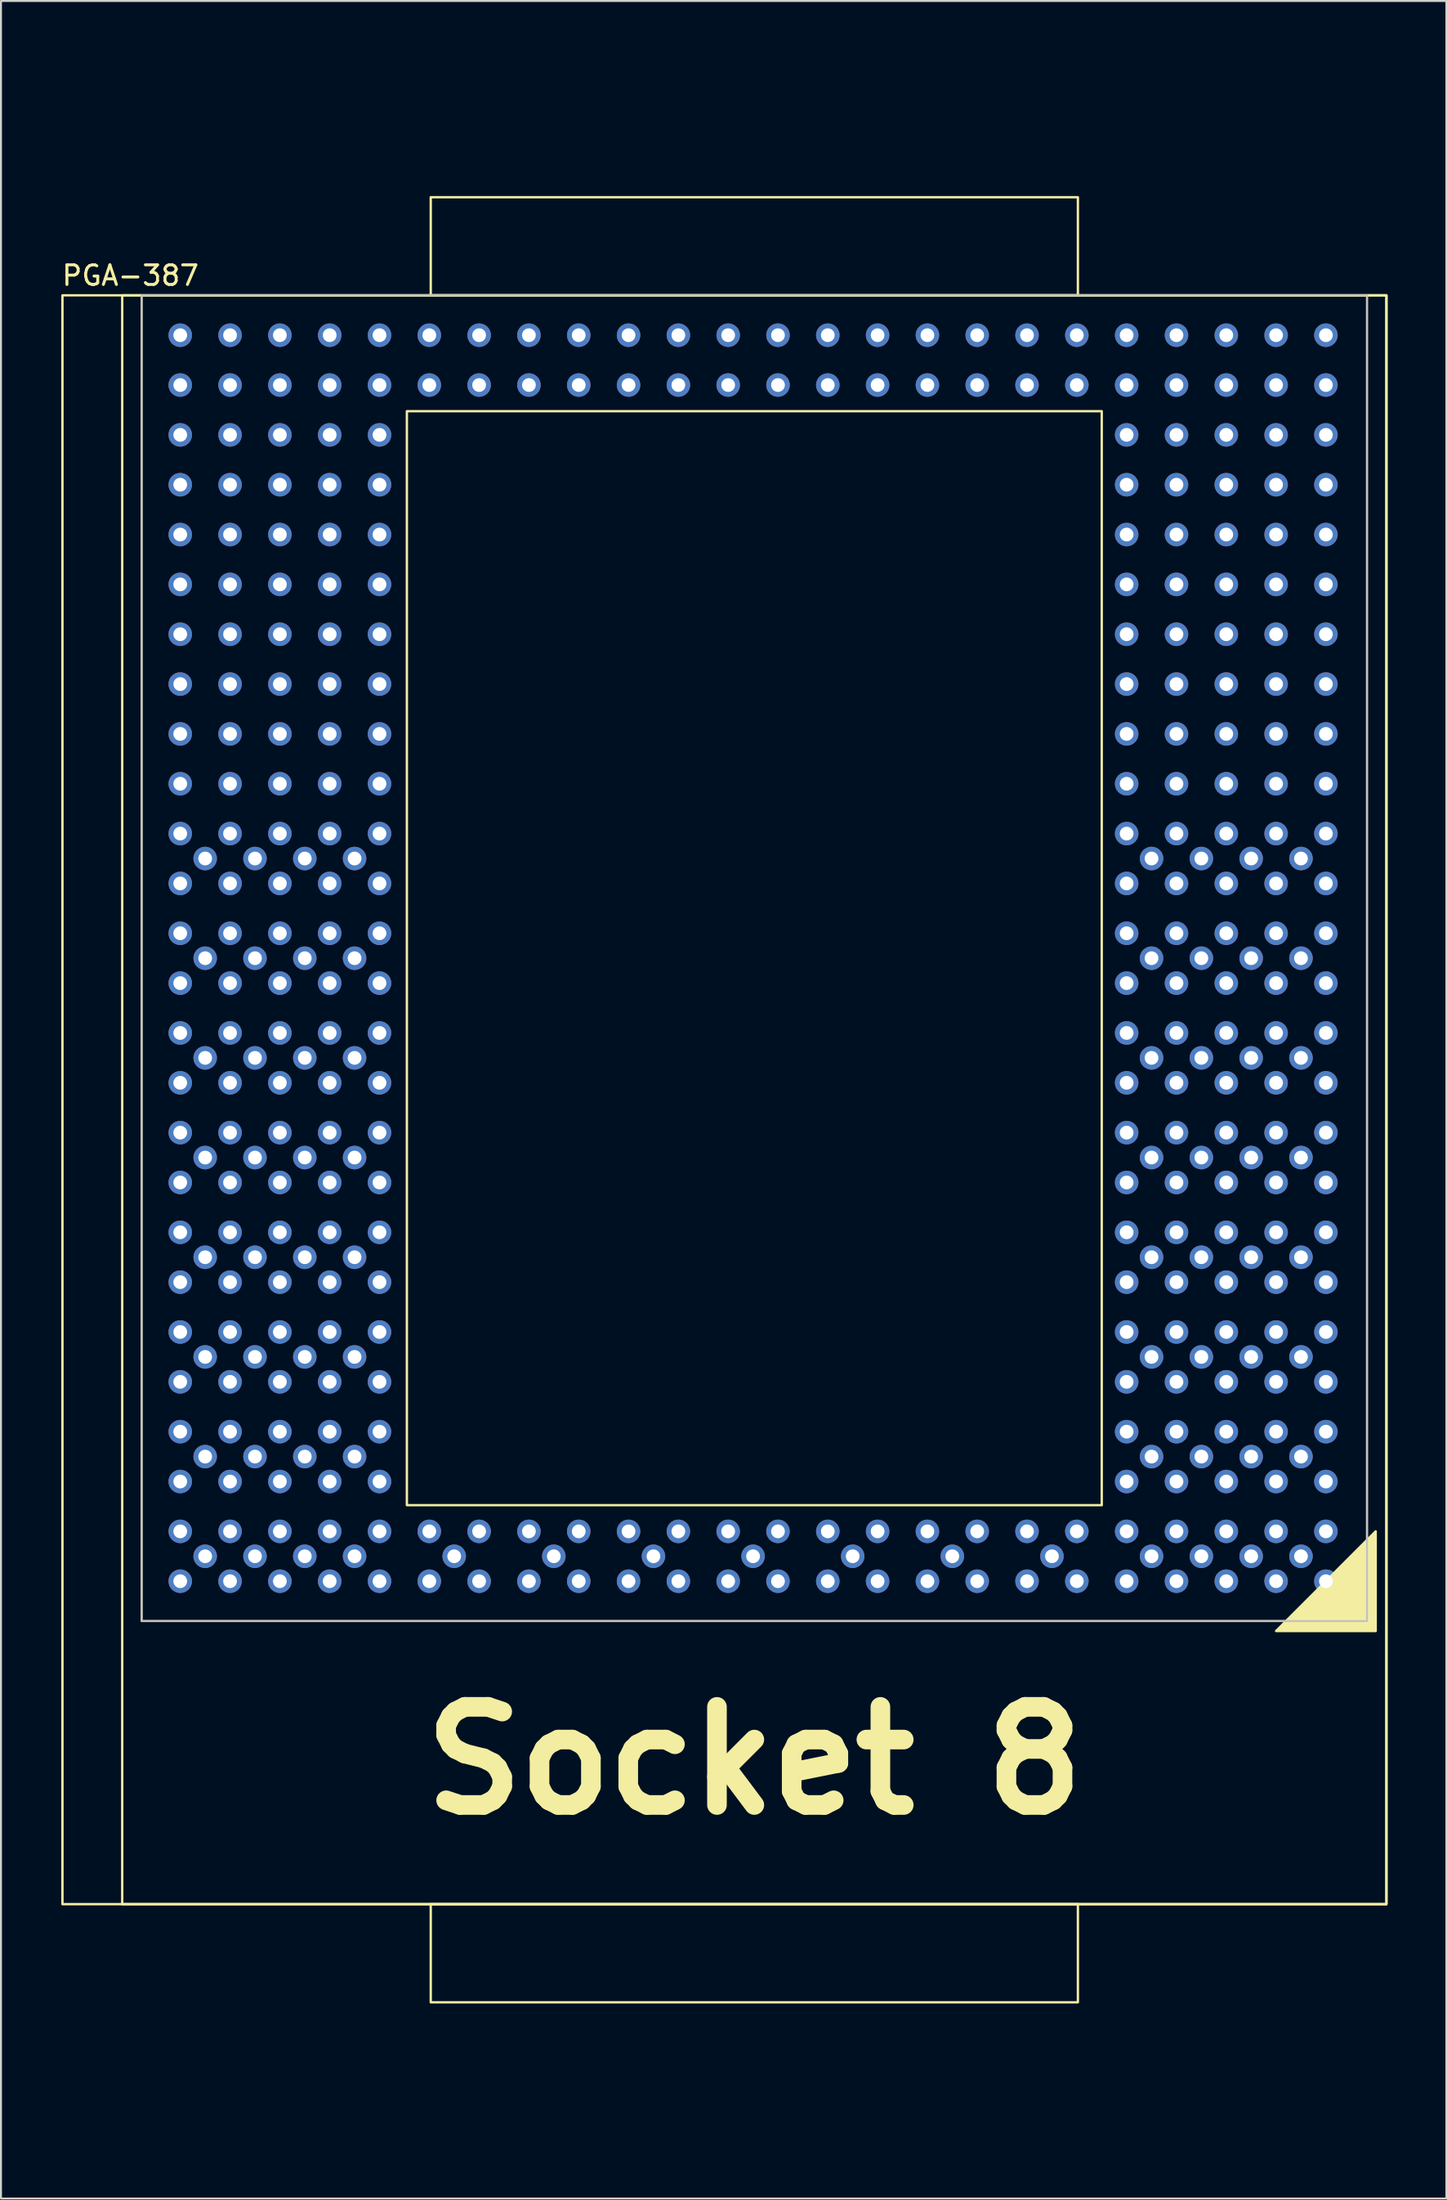
<source format=kicad_pcb>
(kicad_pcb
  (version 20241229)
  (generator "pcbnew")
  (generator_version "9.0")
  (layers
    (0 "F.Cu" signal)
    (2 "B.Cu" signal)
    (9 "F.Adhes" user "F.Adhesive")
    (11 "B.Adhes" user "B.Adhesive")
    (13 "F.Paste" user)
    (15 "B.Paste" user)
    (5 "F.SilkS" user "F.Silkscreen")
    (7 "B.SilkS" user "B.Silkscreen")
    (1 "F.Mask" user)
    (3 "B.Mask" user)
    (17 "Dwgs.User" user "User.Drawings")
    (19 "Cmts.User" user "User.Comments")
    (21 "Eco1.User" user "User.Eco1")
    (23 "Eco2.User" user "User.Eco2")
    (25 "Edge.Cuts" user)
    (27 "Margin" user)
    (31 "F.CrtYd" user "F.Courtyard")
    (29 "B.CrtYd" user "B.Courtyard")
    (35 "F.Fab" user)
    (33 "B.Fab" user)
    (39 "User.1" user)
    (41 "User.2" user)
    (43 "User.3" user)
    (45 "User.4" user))
  (footprint "PGA-387"
    (layer "F.Cu")
    (at 4.173 12)
    (property "Reference" "PGA-387" (at -0.572 -1.008 0) (unlocked yes) (layer "F.SilkS") (effects (font (size 1 1) (thickness 0.15))))
    (attr through_hole)
    (fp_rect (start -0.991 0) (end 63.475 81.991) (stroke (width 0.12) (type solid)) (fill no) (layer "F.SilkS"))
    (fp_rect (start 0 0) (end 62.484 67.564) (stroke (width 0.1) (type solid)) (fill no) (layer "F.SilkS"))
    (fp_rect (start 13.525 5.905) (end 48.959 61.658) (stroke (width 0.12) (type solid)) (fill no) (layer "F.SilkS"))
    (fp_rect (start 14.742 0) (end 47.742 -5) (stroke (width 0.12) (type solid)) (fill no) (layer "F.SilkS"))
    (fp_rect (start 14.742 86.992) (end 47.742 81.992) (stroke (width 0.12) (type solid)) (fill no) (layer "F.SilkS"))
    (fp_poly (pts (xy 62.928 68.072) (xy 57.849 68.072) (xy 62.928 62.992)) (stroke (width 0.12) (type solid)) (fill yes) (layer "F.SilkS"))
    (fp_poly (pts (xy -4.039 0) (xy 63.475 0) (xy 63.475 81.991) (xy -4.039 81.991)) (stroke (width 0.12) (type solid)) (fill no) (layer "F.SilkS"))
    (fp_rect (start 0 0) (end 62.484 67.564) (stroke (width 0.1) (type solid)) (fill no) (layer "Dwgs.User"))
    (fp_text user "Socket 8" (at 31.242 74.676 0) (unlocked yes) (layer "F.SilkS") (effects (font (size 5 5) (thickness 1))))
    (pad "A1" thru_hole circle (at 60.389 65.532) (size 1.2 1.2) (drill 0.7) (layers "*.Cu" "*.Mask"))
    (pad "A3" thru_hole circle (at 57.849 65.532) (size 1.2 1.2) (drill 0.7) (layers "*.Cu" "*.Mask"))
    (pad "A5" thru_hole circle (at 55.309 65.532) (size 1.2 1.2) (drill 0.7) (layers "*.Cu" "*.Mask"))
    (pad "A7" thru_hole circle (at 52.769 65.532) (size 1.2 1.2) (drill 0.7) (layers "*.Cu" "*.Mask"))
    (pad "A9" thru_hole circle (at 50.228 65.532) (size 1.2 1.2) (drill 0.7) (layers "*.Cu" "*.Mask"))
    (pad "A11" thru_hole circle (at 47.688 65.532) (size 1.2 1.2) (drill 0.7) (layers "*.Cu" "*.Mask"))
    (pad "A13" thru_hole circle (at 45.148 65.532) (size 1.2 1.2) (drill 0.7) (layers "*.Cu" "*.Mask"))
    (pad "A15" thru_hole circle (at 42.608 65.532) (size 1.2 1.2) (drill 0.7) (layers "*.Cu" "*.Mask"))
    (pad "A17" thru_hole circle (at 40.069 65.532) (size 1.2 1.2) (drill 0.7) (layers "*.Cu" "*.Mask"))
    (pad "A19" thru_hole circle (at 37.529 65.532) (size 1.2 1.2) (drill 0.7) (layers "*.Cu" "*.Mask"))
    (pad "A21" thru_hole circle (at 34.989 65.532) (size 1.2 1.2) (drill 0.7) (layers "*.Cu" "*.Mask"))
    (pad "A23" thru_hole circle (at 32.449 65.532) (size 1.2 1.2) (drill 0.7) (layers "*.Cu" "*.Mask"))
    (pad "A25" thru_hole circle (at 29.909 65.532) (size 1.2 1.2) (drill 0.7) (layers "*.Cu" "*.Mask"))
    (pad "A27" thru_hole circle (at 27.369 65.532) (size 1.2 1.2) (drill 0.7) (layers "*.Cu" "*.Mask"))
    (pad "A29" thru_hole circle (at 24.828 65.532) (size 1.2 1.2) (drill 0.7) (layers "*.Cu" "*.Mask"))
    (pad "A31" thru_hole circle (at 22.288 65.532) (size 1.2 1.2) (drill 0.7) (layers "*.Cu" "*.Mask"))
    (pad "A33" thru_hole circle (at 19.748 65.532) (size 1.2 1.2) (drill 0.7) (layers "*.Cu" "*.Mask"))
    (pad "A35" thru_hole circle (at 17.209 65.532) (size 1.2 1.2) (drill 0.7) (layers "*.Cu" "*.Mask"))
    (pad "A37" thru_hole circle (at 14.668 65.532) (size 1.2 1.2) (drill 0.7) (layers "*.Cu" "*.Mask"))
    (pad "A39" thru_hole circle (at 12.129 65.532) (size 1.2 1.2) (drill 0.7) (layers "*.Cu" "*.Mask"))
    (pad "A41" thru_hole circle (at 9.588 65.532) (size 1.2 1.2) (drill 0.7) (layers "*.Cu" "*.Mask"))
    (pad "A43" thru_hole circle (at 7.048 65.532) (size 1.2 1.2) (drill 0.7) (layers "*.Cu" "*.Mask"))
    (pad "A45" thru_hole circle (at 4.508 65.532) (size 1.2 1.2) (drill 0.7) (layers "*.Cu" "*.Mask"))
    (pad "A47" thru_hole circle (at 1.968 65.532) (size 1.2 1.2) (drill 0.7) (layers "*.Cu" "*.Mask"))
    (pad "AA1" thru_hole circle (at 60.389 35.052) (size 1.2 1.2) (drill 0.7) (layers "*.Cu" "*.Mask"))
    (pad "AA3" thru_hole circle (at 57.849 35.052) (size 1.2 1.2) (drill 0.7) (layers "*.Cu" "*.Mask"))
    (pad "AA5" thru_hole circle (at 55.309 35.052) (size 1.2 1.2) (drill 0.7) (layers "*.Cu" "*.Mask"))
    (pad "AA7" thru_hole circle (at 52.769 35.052) (size 1.2 1.2) (drill 0.7) (layers "*.Cu" "*.Mask"))
    (pad "AA9" thru_hole circle (at 50.228 35.052) (size 1.2 1.2) (drill 0.7) (layers "*.Cu" "*.Mask"))
    (pad "AA39" thru_hole circle (at 12.129 35.052) (size 1.2 1.2) (drill 0.7) (layers "*.Cu" "*.Mask"))
    (pad "AA41" thru_hole circle (at 9.588 35.052) (size 1.2 1.2) (drill 0.7) (layers "*.Cu" "*.Mask"))
    (pad "AA43" thru_hole circle (at 7.048 35.052) (size 1.2 1.2) (drill 0.7) (layers "*.Cu" "*.Mask"))
    (pad "AA45" thru_hole circle (at 4.508 35.052) (size 1.2 1.2) (drill 0.7) (layers "*.Cu" "*.Mask"))
    (pad "AA47" thru_hole circle (at 1.968 35.052) (size 1.2 1.2) (drill 0.7) (layers "*.Cu" "*.Mask"))
    (pad "AB2" thru_hole circle (at 59.118 33.782) (size 1.2 1.2) (drill 0.7) (layers "*.Cu" "*.Mask"))
    (pad "AB4" thru_hole circle (at 56.578 33.782) (size 1.2 1.2) (drill 0.7) (layers "*.Cu" "*.Mask"))
    (pad "AB6" thru_hole circle (at 54.038 33.782) (size 1.2 1.2) (drill 0.7) (layers "*.Cu" "*.Mask"))
    (pad "AB8" thru_hole circle (at 51.498 33.782) (size 1.2 1.2) (drill 0.7) (layers "*.Cu" "*.Mask"))
    (pad "AB40" thru_hole circle (at 10.858 33.782) (size 1.2 1.2) (drill 0.7) (layers "*.Cu" "*.Mask"))
    (pad "AB42" thru_hole circle (at 8.319 33.782) (size 1.2 1.2) (drill 0.7) (layers "*.Cu" "*.Mask"))
    (pad "AB44" thru_hole circle (at 5.779 33.782) (size 1.2 1.2) (drill 0.7) (layers "*.Cu" "*.Mask"))
    (pad "AB46" thru_hole circle (at 3.239 33.782) (size 1.2 1.2) (drill 0.7) (layers "*.Cu" "*.Mask"))
    (pad "AC1" thru_hole circle (at 60.389 32.512) (size 1.2 1.2) (drill 0.7) (layers "*.Cu" "*.Mask"))
    (pad "AC3" thru_hole circle (at 57.849 32.512) (size 1.2 1.2) (drill 0.7) (layers "*.Cu" "*.Mask"))
    (pad "AC5" thru_hole circle (at 55.309 32.512) (size 1.2 1.2) (drill 0.7) (layers "*.Cu" "*.Mask"))
    (pad "AC7" thru_hole circle (at 52.769 32.512) (size 1.2 1.2) (drill 0.7) (layers "*.Cu" "*.Mask"))
    (pad "AC9" thru_hole circle (at 50.228 32.512) (size 1.2 1.2) (drill 0.7) (layers "*.Cu" "*.Mask"))
    (pad "AC39" thru_hole circle (at 12.129 32.512) (size 1.2 1.2) (drill 0.7) (layers "*.Cu" "*.Mask"))
    (pad "AC41" thru_hole circle (at 9.588 32.512) (size 1.2 1.2) (drill 0.7) (layers "*.Cu" "*.Mask"))
    (pad "AC43" thru_hole circle (at 7.048 32.512) (size 1.2 1.2) (drill 0.7) (layers "*.Cu" "*.Mask"))
    (pad "AC45" thru_hole circle (at 4.508 32.512) (size 1.2 1.2) (drill 0.7) (layers "*.Cu" "*.Mask"))
    (pad "AC47" thru_hole circle (at 1.968 32.512) (size 1.2 1.2) (drill 0.7) (layers "*.Cu" "*.Mask"))
    (pad "AE1" thru_hole circle (at 60.389 29.972) (size 1.2 1.2) (drill 0.7) (layers "*.Cu" "*.Mask"))
    (pad "AE3" thru_hole circle (at 57.849 29.972) (size 1.2 1.2) (drill 0.7) (layers "*.Cu" "*.Mask"))
    (pad "AE5" thru_hole circle (at 55.309 29.972) (size 1.2 1.2) (drill 0.7) (layers "*.Cu" "*.Mask"))
    (pad "AE7" thru_hole circle (at 52.769 29.972) (size 1.2 1.2) (drill 0.7) (layers "*.Cu" "*.Mask"))
    (pad "AE9" thru_hole circle (at 50.228 29.972) (size 1.2 1.2) (drill 0.7) (layers "*.Cu" "*.Mask"))
    (pad "AE39" thru_hole circle (at 12.129 29.972) (size 1.2 1.2) (drill 0.7) (layers "*.Cu" "*.Mask"))
    (pad "AE41" thru_hole circle (at 9.588 29.972) (size 1.2 1.2) (drill 0.7) (layers "*.Cu" "*.Mask"))
    (pad "AE43" thru_hole circle (at 7.048 29.972) (size 1.2 1.2) (drill 0.7) (layers "*.Cu" "*.Mask"))
    (pad "AE45" thru_hole circle (at 4.508 29.972) (size 1.2 1.2) (drill 0.7) (layers "*.Cu" "*.Mask"))
    (pad "AE47" thru_hole circle (at 1.968 29.972) (size 1.2 1.2) (drill 0.7) (layers "*.Cu" "*.Mask"))
    (pad "AF2" thru_hole circle (at 59.118 28.702) (size 1.2 1.2) (drill 0.7) (layers "*.Cu" "*.Mask"))
    (pad "AF4" thru_hole circle (at 56.578 28.702) (size 1.2 1.2) (drill 0.7) (layers "*.Cu" "*.Mask"))
    (pad "AF6" thru_hole circle (at 54.038 28.702) (size 1.2 1.2) (drill 0.7) (layers "*.Cu" "*.Mask"))
    (pad "AF8" thru_hole circle (at 51.498 28.702) (size 1.2 1.2) (drill 0.7) (layers "*.Cu" "*.Mask"))
    (pad "AF40" thru_hole circle (at 10.858 28.702) (size 1.2 1.2) (drill 0.7) (layers "*.Cu" "*.Mask"))
    (pad "AF42" thru_hole circle (at 8.319 28.702) (size 1.2 1.2) (drill 0.7) (layers "*.Cu" "*.Mask"))
    (pad "AF44" thru_hole circle (at 5.779 28.702) (size 1.2 1.2) (drill 0.7) (layers "*.Cu" "*.Mask"))
    (pad "AF46" thru_hole circle (at 3.239 28.702) (size 1.2 1.2) (drill 0.7) (layers "*.Cu" "*.Mask"))
    (pad "AG1" thru_hole circle (at 60.389 27.432) (size 1.2 1.2) (drill 0.7) (layers "*.Cu" "*.Mask"))
    (pad "AG3" thru_hole circle (at 57.849 27.432) (size 1.2 1.2) (drill 0.7) (layers "*.Cu" "*.Mask"))
    (pad "AG5" thru_hole circle (at 55.309 27.432) (size 1.2 1.2) (drill 0.7) (layers "*.Cu" "*.Mask"))
    (pad "AG7" thru_hole circle (at 52.769 27.432) (size 1.2 1.2) (drill 0.7) (layers "*.Cu" "*.Mask"))
    (pad "AG9" thru_hole circle (at 50.228 27.432) (size 1.2 1.2) (drill 0.7) (layers "*.Cu" "*.Mask"))
    (pad "AG39" thru_hole circle (at 12.129 27.432) (size 1.2 1.2) (drill 0.7) (layers "*.Cu" "*.Mask"))
    (pad "AG41" thru_hole circle (at 9.588 27.432) (size 1.2 1.2) (drill 0.7) (layers "*.Cu" "*.Mask"))
    (pad "AG43" thru_hole circle (at 7.048 27.432) (size 1.2 1.2) (drill 0.7) (layers "*.Cu" "*.Mask"))
    (pad "AG45" thru_hole circle (at 4.508 27.432) (size 1.2 1.2) (drill 0.7) (layers "*.Cu" "*.Mask"))
    (pad "AG47" thru_hole circle (at 1.968 27.432) (size 1.2 1.2) (drill 0.7) (layers "*.Cu" "*.Mask"))
    (pad "AJ1" thru_hole circle (at 60.389 24.892) (size 1.2 1.2) (drill 0.7) (layers "*.Cu" "*.Mask"))
    (pad "AJ3" thru_hole circle (at 57.849 24.892) (size 1.2 1.2) (drill 0.7) (layers "*.Cu" "*.Mask"))
    (pad "AJ5" thru_hole circle (at 55.309 24.892) (size 1.2 1.2) (drill 0.7) (layers "*.Cu" "*.Mask"))
    (pad "AJ7" thru_hole circle (at 52.769 24.892) (size 1.2 1.2) (drill 0.7) (layers "*.Cu" "*.Mask"))
    (pad "AJ9" thru_hole circle (at 50.228 24.892) (size 1.2 1.2) (drill 0.7) (layers "*.Cu" "*.Mask"))
    (pad "AJ39" thru_hole circle (at 12.129 24.892) (size 1.2 1.2) (drill 0.7) (layers "*.Cu" "*.Mask"))
    (pad "AJ41" thru_hole circle (at 9.588 24.892) (size 1.2 1.2) (drill 0.7) (layers "*.Cu" "*.Mask"))
    (pad "AJ43" thru_hole circle (at 7.048 24.892) (size 1.2 1.2) (drill 0.7) (layers "*.Cu" "*.Mask"))
    (pad "AJ45" thru_hole circle (at 4.508 24.892) (size 1.2 1.2) (drill 0.7) (layers "*.Cu" "*.Mask"))
    (pad "AJ47" thru_hole circle (at 1.968 24.892) (size 1.2 1.2) (drill 0.7) (layers "*.Cu" "*.Mask"))
    (pad "AL1" thru_hole circle (at 60.389 22.352) (size 1.2 1.2) (drill 0.7) (layers "*.Cu" "*.Mask"))
    (pad "AL3" thru_hole circle (at 57.849 22.352) (size 1.2 1.2) (drill 0.7) (layers "*.Cu" "*.Mask"))
    (pad "AL5" thru_hole circle (at 55.309 22.352) (size 1.2 1.2) (drill 0.7) (layers "*.Cu" "*.Mask"))
    (pad "AL7" thru_hole circle (at 52.769 22.352) (size 1.2 1.2) (drill 0.7) (layers "*.Cu" "*.Mask"))
    (pad "AL9" thru_hole circle (at 50.228 22.352) (size 1.2 1.2) (drill 0.7) (layers "*.Cu" "*.Mask"))
    (pad "AL39" thru_hole circle (at 12.129 22.352) (size 1.2 1.2) (drill 0.7) (layers "*.Cu" "*.Mask"))
    (pad "AL41" thru_hole circle (at 9.588 22.352) (size 1.2 1.2) (drill 0.7) (layers "*.Cu" "*.Mask"))
    (pad "AL43" thru_hole circle (at 7.048 22.352) (size 1.2 1.2) (drill 0.7) (layers "*.Cu" "*.Mask"))
    (pad "AL45" thru_hole circle (at 4.508 22.352) (size 1.2 1.2) (drill 0.7) (layers "*.Cu" "*.Mask"))
    (pad "AL47" thru_hole circle (at 1.968 22.352) (size 1.2 1.2) (drill 0.7) (layers "*.Cu" "*.Mask"))
    (pad "AN1" thru_hole circle (at 60.389 19.812) (size 1.2 1.2) (drill 0.7) (layers "*.Cu" "*.Mask"))
    (pad "AN3" thru_hole circle (at 57.849 19.812) (size 1.2 1.2) (drill 0.7) (layers "*.Cu" "*.Mask"))
    (pad "AN5" thru_hole circle (at 55.309 19.812) (size 1.2 1.2) (drill 0.7) (layers "*.Cu" "*.Mask"))
    (pad "AN7" thru_hole circle (at 52.769 19.812) (size 1.2 1.2) (drill 0.7) (layers "*.Cu" "*.Mask"))
    (pad "AN9" thru_hole circle (at 50.228 19.812) (size 1.2 1.2) (drill 0.7) (layers "*.Cu" "*.Mask"))
    (pad "AN39" thru_hole circle (at 12.129 19.812) (size 1.2 1.2) (drill 0.7) (layers "*.Cu" "*.Mask"))
    (pad "AN41" thru_hole circle (at 9.588 19.812) (size 1.2 1.2) (drill 0.7) (layers "*.Cu" "*.Mask"))
    (pad "AN43" thru_hole circle (at 7.048 19.812) (size 1.2 1.2) (drill 0.7) (layers "*.Cu" "*.Mask"))
    (pad "AN45" thru_hole circle (at 4.508 19.812) (size 1.2 1.2) (drill 0.7) (layers "*.Cu" "*.Mask"))
    (pad "AN47" thru_hole circle (at 1.968 19.812) (size 1.2 1.2) (drill 0.7) (layers "*.Cu" "*.Mask"))
    (pad "AQ1" thru_hole circle (at 60.389 17.272) (size 1.2 1.2) (drill 0.7) (layers "*.Cu" "*.Mask"))
    (pad "AQ3" thru_hole circle (at 57.849 17.272) (size 1.2 1.2) (drill 0.7) (layers "*.Cu" "*.Mask"))
    (pad "AQ5" thru_hole circle (at 55.309 17.272) (size 1.2 1.2) (drill 0.7) (layers "*.Cu" "*.Mask"))
    (pad "AQ7" thru_hole circle (at 52.769 17.272) (size 1.2 1.2) (drill 0.7) (layers "*.Cu" "*.Mask"))
    (pad "AQ9" thru_hole circle (at 50.228 17.272) (size 1.2 1.2) (drill 0.7) (layers "*.Cu" "*.Mask"))
    (pad "AQ39" thru_hole circle (at 12.129 17.272) (size 1.2 1.2) (drill 0.7) (layers "*.Cu" "*.Mask"))
    (pad "AQ41" thru_hole circle (at 9.588 17.272) (size 1.2 1.2) (drill 0.7) (layers "*.Cu" "*.Mask"))
    (pad "AQ43" thru_hole circle (at 7.048 17.272) (size 1.2 1.2) (drill 0.7) (layers "*.Cu" "*.Mask"))
    (pad "AQ45" thru_hole circle (at 4.508 17.272) (size 1.2 1.2) (drill 0.7) (layers "*.Cu" "*.Mask"))
    (pad "AQ47" thru_hole circle (at 1.968 17.272) (size 1.2 1.2) (drill 0.7) (layers "*.Cu" "*.Mask"))
    (pad "AS1" thru_hole circle (at 60.389 14.732) (size 1.2 1.2) (drill 0.7) (layers "*.Cu" "*.Mask"))
    (pad "AS3" thru_hole circle (at 57.849 14.732) (size 1.2 1.2) (drill 0.7) (layers "*.Cu" "*.Mask"))
    (pad "AS5" thru_hole circle (at 55.309 14.732) (size 1.2 1.2) (drill 0.7) (layers "*.Cu" "*.Mask"))
    (pad "AS7" thru_hole circle (at 52.769 14.732) (size 1.2 1.2) (drill 0.7) (layers "*.Cu" "*.Mask"))
    (pad "AS9" thru_hole circle (at 50.228 14.732) (size 1.2 1.2) (drill 0.7) (layers "*.Cu" "*.Mask"))
    (pad "AS39" thru_hole circle (at 12.129 14.732) (size 1.2 1.2) (drill 0.7) (layers "*.Cu" "*.Mask"))
    (pad "AS41" thru_hole circle (at 9.588 14.732) (size 1.2 1.2) (drill 0.7) (layers "*.Cu" "*.Mask"))
    (pad "AS43" thru_hole circle (at 7.048 14.732) (size 1.2 1.2) (drill 0.7) (layers "*.Cu" "*.Mask"))
    (pad "AS45" thru_hole circle (at 4.508 14.732) (size 1.2 1.2) (drill 0.7) (layers "*.Cu" "*.Mask"))
    (pad "AS47" thru_hole circle (at 1.968 14.732) (size 1.2 1.2) (drill 0.7) (layers "*.Cu" "*.Mask"))
    (pad "AU1" thru_hole circle (at 60.389 12.192) (size 1.2 1.2) (drill 0.7) (layers "*.Cu" "*.Mask"))
    (pad "AU3" thru_hole circle (at 57.849 12.192) (size 1.2 1.2) (drill 0.7) (layers "*.Cu" "*.Mask"))
    (pad "AU5" thru_hole circle (at 55.309 12.192) (size 1.2 1.2) (drill 0.7) (layers "*.Cu" "*.Mask"))
    (pad "AU7" thru_hole circle (at 52.769 12.192) (size 1.2 1.2) (drill 0.7) (layers "*.Cu" "*.Mask"))
    (pad "AU9" thru_hole circle (at 50.228 12.192) (size 1.2 1.2) (drill 0.7) (layers "*.Cu" "*.Mask"))
    (pad "AU39" thru_hole circle (at 12.129 12.192) (size 1.2 1.2) (drill 0.7) (layers "*.Cu" "*.Mask"))
    (pad "AU41" thru_hole circle (at 9.588 12.192) (size 1.2 1.2) (drill 0.7) (layers "*.Cu" "*.Mask"))
    (pad "AU43" thru_hole circle (at 7.048 12.192) (size 1.2 1.2) (drill 0.7) (layers "*.Cu" "*.Mask"))
    (pad "AU45" thru_hole circle (at 4.508 12.192) (size 1.2 1.2) (drill 0.7) (layers "*.Cu" "*.Mask"))
    (pad "AU47" thru_hole circle (at 1.968 12.192) (size 1.2 1.2) (drill 0.7) (layers "*.Cu" "*.Mask"))
    (pad "AW1" thru_hole circle (at 60.389 9.652) (size 1.2 1.2) (drill 0.7) (layers "*.Cu" "*.Mask"))
    (pad "AW3" thru_hole circle (at 57.849 9.652) (size 1.2 1.2) (drill 0.7) (layers "*.Cu" "*.Mask"))
    (pad "AW5" thru_hole circle (at 55.309 9.652) (size 1.2 1.2) (drill 0.7) (layers "*.Cu" "*.Mask"))
    (pad "AW7" thru_hole circle (at 52.769 9.652) (size 1.2 1.2) (drill 0.7) (layers "*.Cu" "*.Mask"))
    (pad "AW9" thru_hole circle (at 50.228 9.652) (size 1.2 1.2) (drill 0.7) (layers "*.Cu" "*.Mask"))
    (pad "AW39" thru_hole circle (at 12.129 9.652) (size 1.2 1.2) (drill 0.7) (layers "*.Cu" "*.Mask"))
    (pad "AW41" thru_hole circle (at 9.588 9.652) (size 1.2 1.2) (drill 0.7) (layers "*.Cu" "*.Mask"))
    (pad "AW43" thru_hole circle (at 7.048 9.652) (size 1.2 1.2) (drill 0.7) (layers "*.Cu" "*.Mask"))
    (pad "AW45" thru_hole circle (at 4.508 9.652) (size 1.2 1.2) (drill 0.7) (layers "*.Cu" "*.Mask"))
    (pad "AW47" thru_hole circle (at 1.968 9.652) (size 1.2 1.2) (drill 0.7) (layers "*.Cu" "*.Mask"))
    (pad "AY1" thru_hole circle (at 60.389 7.112) (size 1.2 1.2) (drill 0.7) (layers "*.Cu" "*.Mask"))
    (pad "AY3" thru_hole circle (at 57.849 7.112) (size 1.2 1.2) (drill 0.7) (layers "*.Cu" "*.Mask"))
    (pad "AY5" thru_hole circle (at 55.309 7.112) (size 1.2 1.2) (drill 0.7) (layers "*.Cu" "*.Mask"))
    (pad "AY7" thru_hole circle (at 52.769 7.112) (size 1.2 1.2) (drill 0.7) (layers "*.Cu" "*.Mask"))
    (pad "AY9" thru_hole circle (at 50.228 7.112) (size 1.2 1.2) (drill 0.7) (layers "*.Cu" "*.Mask"))
    (pad "AY39" thru_hole circle (at 12.129 7.112) (size 1.2 1.2) (drill 0.7) (layers "*.Cu" "*.Mask"))
    (pad "AY41" thru_hole circle (at 9.588 7.112) (size 1.2 1.2) (drill 0.7) (layers "*.Cu" "*.Mask"))
    (pad "AY43" thru_hole circle (at 7.048 7.112) (size 1.2 1.2) (drill 0.7) (layers "*.Cu" "*.Mask"))
    (pad "AY45" thru_hole circle (at 4.508 7.112) (size 1.2 1.2) (drill 0.7) (layers "*.Cu" "*.Mask"))
    (pad "AY47" thru_hole circle (at 1.968 7.112) (size 1.2 1.2) (drill 0.7) (layers "*.Cu" "*.Mask"))
    (pad "B2" thru_hole circle (at 59.118 64.262) (size 1.2 1.2) (drill 0.7) (layers "*.Cu" "*.Mask"))
    (pad "B4" thru_hole circle (at 56.578 64.262) (size 1.2 1.2) (drill 0.7) (layers "*.Cu" "*.Mask"))
    (pad "B6" thru_hole circle (at 54.038 64.262) (size 1.2 1.2) (drill 0.7) (layers "*.Cu" "*.Mask"))
    (pad "B8" thru_hole circle (at 51.498 64.262) (size 1.2 1.2) (drill 0.7) (layers "*.Cu" "*.Mask"))
    (pad "B12" thru_hole circle (at 46.419 64.262) (size 1.2 1.2) (drill 0.7) (layers "*.Cu" "*.Mask"))
    (pad "B16" thru_hole circle (at 41.339 64.262) (size 1.2 1.2) (drill 0.7) (layers "*.Cu" "*.Mask"))
    (pad "B20" thru_hole circle (at 36.258 64.262) (size 1.2 1.2) (drill 0.7) (layers "*.Cu" "*.Mask"))
    (pad "B24" thru_hole circle (at 31.178 64.262) (size 1.2 1.2) (drill 0.7) (layers "*.Cu" "*.Mask"))
    (pad "B28" thru_hole circle (at 26.099 64.262) (size 1.2 1.2) (drill 0.7) (layers "*.Cu" "*.Mask"))
    (pad "B32" thru_hole circle (at 21.018 64.262) (size 1.2 1.2) (drill 0.7) (layers "*.Cu" "*.Mask"))
    (pad "B36" thru_hole circle (at 15.938 64.262) (size 1.2 1.2) (drill 0.7) (layers "*.Cu" "*.Mask"))
    (pad "B40" thru_hole circle (at 10.858 64.262) (size 1.2 1.2) (drill 0.7) (layers "*.Cu" "*.Mask"))
    (pad "B42" thru_hole circle (at 8.319 64.262) (size 1.2 1.2) (drill 0.7) (layers "*.Cu" "*.Mask"))
    (pad "B44" thru_hole circle (at 5.779 64.262) (size 1.2 1.2) (drill 0.7) (layers "*.Cu" "*.Mask"))
    (pad "B46" thru_hole circle (at 3.239 64.262) (size 1.2 1.2) (drill 0.7) (layers "*.Cu" "*.Mask"))
    (pad "BA1" thru_hole circle (at 60.389 4.572) (size 1.2 1.2) (drill 0.7) (layers "*.Cu" "*.Mask"))
    (pad "BA3" thru_hole circle (at 57.849 4.572) (size 1.2 1.2) (drill 0.7) (layers "*.Cu" "*.Mask"))
    (pad "BA5" thru_hole circle (at 55.309 4.572) (size 1.2 1.2) (drill 0.7) (layers "*.Cu" "*.Mask"))
    (pad "BA7" thru_hole circle (at 52.769 4.572) (size 1.2 1.2) (drill 0.7) (layers "*.Cu" "*.Mask"))
    (pad "BA9" thru_hole circle (at 50.228 4.572) (size 1.2 1.2) (drill 0.7) (layers "*.Cu" "*.Mask"))
    (pad "BA11" thru_hole circle (at 47.688 4.572) (size 1.2 1.2) (drill 0.7) (layers "*.Cu" "*.Mask"))
    (pad "BA13" thru_hole circle (at 45.148 4.572) (size 1.2 1.2) (drill 0.7) (layers "*.Cu" "*.Mask"))
    (pad "BA15" thru_hole circle (at 42.608 4.572) (size 1.2 1.2) (drill 0.7) (layers "*.Cu" "*.Mask"))
    (pad "BA17" thru_hole circle (at 40.069 4.572) (size 1.2 1.2) (drill 0.7) (layers "*.Cu" "*.Mask"))
    (pad "BA19" thru_hole circle (at 37.529 4.572) (size 1.2 1.2) (drill 0.7) (layers "*.Cu" "*.Mask"))
    (pad "BA21" thru_hole circle (at 34.989 4.572) (size 1.2 1.2) (drill 0.7) (layers "*.Cu" "*.Mask"))
    (pad "BA23" thru_hole circle (at 32.449 4.572) (size 1.2 1.2) (drill 0.7) (layers "*.Cu" "*.Mask"))
    (pad "BA25" thru_hole circle (at 29.909 4.572) (size 1.2 1.2) (drill 0.7) (layers "*.Cu" "*.Mask"))
    (pad "BA27" thru_hole circle (at 27.369 4.572) (size 1.2 1.2) (drill 0.7) (layers "*.Cu" "*.Mask"))
    (pad "BA29" thru_hole circle (at 24.828 4.572) (size 1.2 1.2) (drill 0.7) (layers "*.Cu" "*.Mask"))
    (pad "BA31" thru_hole circle (at 22.288 4.572) (size 1.2 1.2) (drill 0.7) (layers "*.Cu" "*.Mask"))
    (pad "BA33" thru_hole circle (at 19.748 4.572) (size 1.2 1.2) (drill 0.7) (layers "*.Cu" "*.Mask"))
    (pad "BA35" thru_hole circle (at 17.209 4.572) (size 1.2 1.2) (drill 0.7) (layers "*.Cu" "*.Mask"))
    (pad "BA37" thru_hole circle (at 14.668 4.572) (size 1.2 1.2) (drill 0.7) (layers "*.Cu" "*.Mask"))
    (pad "BA39" thru_hole circle (at 12.129 4.572) (size 1.2 1.2) (drill 0.7) (layers "*.Cu" "*.Mask"))
    (pad "BA41" thru_hole circle (at 9.588 4.572) (size 1.2 1.2) (drill 0.7) (layers "*.Cu" "*.Mask"))
    (pad "BA43" thru_hole circle (at 7.048 4.572) (size 1.2 1.2) (drill 0.7) (layers "*.Cu" "*.Mask"))
    (pad "BA45" thru_hole circle (at 4.508 4.572) (size 1.2 1.2) (drill 0.7) (layers "*.Cu" "*.Mask"))
    (pad "BA47" thru_hole circle (at 1.968 4.572) (size 1.2 1.2) (drill 0.7) (layers "*.Cu" "*.Mask"))
    (pad "BC1" thru_hole circle (at 60.389 2.032) (size 1.2 1.2) (drill 0.7) (layers "*.Cu" "*.Mask"))
    (pad "BC3" thru_hole circle (at 57.849 2.032) (size 1.2 1.2) (drill 0.7) (layers "*.Cu" "*.Mask"))
    (pad "BC5" thru_hole circle (at 55.309 2.032) (size 1.2 1.2) (drill 0.7) (layers "*.Cu" "*.Mask"))
    (pad "BC7" thru_hole circle (at 52.769 2.032) (size 1.2 1.2) (drill 0.7) (layers "*.Cu" "*.Mask"))
    (pad "BC9" thru_hole circle (at 50.228 2.032) (size 1.2 1.2) (drill 0.7) (layers "*.Cu" "*.Mask"))
    (pad "BC11" thru_hole circle (at 47.688 2.032) (size 1.2 1.2) (drill 0.7) (layers "*.Cu" "*.Mask"))
    (pad "BC13" thru_hole circle (at 45.148 2.032) (size 1.2 1.2) (drill 0.7) (layers "*.Cu" "*.Mask"))
    (pad "BC15" thru_hole circle (at 42.608 2.032) (size 1.2 1.2) (drill 0.7) (layers "*.Cu" "*.Mask"))
    (pad "BC17" thru_hole circle (at 40.069 2.032) (size 1.2 1.2) (drill 0.7) (layers "*.Cu" "*.Mask"))
    (pad "BC19" thru_hole circle (at 37.529 2.032) (size 1.2 1.2) (drill 0.7) (layers "*.Cu" "*.Mask"))
    (pad "BC21" thru_hole circle (at 34.989 2.032) (size 1.2 1.2) (drill 0.7) (layers "*.Cu" "*.Mask"))
    (pad "BC23" thru_hole circle (at 32.449 2.032) (size 1.2 1.2) (drill 0.7) (layers "*.Cu" "*.Mask"))
    (pad "BC25" thru_hole circle (at 29.909 2.032) (size 1.2 1.2) (drill 0.7) (layers "*.Cu" "*.Mask"))
    (pad "BC27" thru_hole circle (at 27.369 2.032) (size 1.2 1.2) (drill 0.7) (layers "*.Cu" "*.Mask"))
    (pad "BC29" thru_hole circle (at 24.828 2.032) (size 1.2 1.2) (drill 0.7) (layers "*.Cu" "*.Mask"))
    (pad "BC31" thru_hole circle (at 22.288 2.032) (size 1.2 1.2) (drill 0.7) (layers "*.Cu" "*.Mask"))
    (pad "BC33" thru_hole circle (at 19.748 2.032) (size 1.2 1.2) (drill 0.7) (layers "*.Cu" "*.Mask"))
    (pad "BC35" thru_hole circle (at 17.209 2.032) (size 1.2 1.2) (drill 0.7) (layers "*.Cu" "*.Mask"))
    (pad "BC37" thru_hole circle (at 14.668 2.032) (size 1.2 1.2) (drill 0.7) (layers "*.Cu" "*.Mask"))
    (pad "BC39" thru_hole circle (at 12.129 2.032) (size 1.2 1.2) (drill 0.7) (layers "*.Cu" "*.Mask"))
    (pad "BC41" thru_hole circle (at 9.588 2.032) (size 1.2 1.2) (drill 0.7) (layers "*.Cu" "*.Mask"))
    (pad "BC43" thru_hole circle (at 7.048 2.032) (size 1.2 1.2) (drill 0.7) (layers "*.Cu" "*.Mask"))
    (pad "BC45" thru_hole circle (at 4.508 2.032) (size 1.2 1.2) (drill 0.7) (layers "*.Cu" "*.Mask"))
    (pad "BC47" thru_hole circle (at 1.968 2.032) (size 1.2 1.2) (drill 0.7) (layers "*.Cu" "*.Mask"))
    (pad "C1" thru_hole circle (at 60.389 62.992) (size 1.2 1.2) (drill 0.7) (layers "*.Cu" "*.Mask"))
    (pad "C3" thru_hole circle (at 57.849 62.992) (size 1.2 1.2) (drill 0.7) (layers "*.Cu" "*.Mask"))
    (pad "C5" thru_hole circle (at 55.309 62.992) (size 1.2 1.2) (drill 0.7) (layers "*.Cu" "*.Mask"))
    (pad "C7" thru_hole circle (at 52.769 62.992) (size 1.2 1.2) (drill 0.7) (layers "*.Cu" "*.Mask"))
    (pad "C9" thru_hole circle (at 50.228 62.992) (size 1.2 1.2) (drill 0.7) (layers "*.Cu" "*.Mask"))
    (pad "C11" thru_hole circle (at 47.688 62.992) (size 1.2 1.2) (drill 0.7) (layers "*.Cu" "*.Mask"))
    (pad "C13" thru_hole circle (at 45.148 62.992) (size 1.2 1.2) (drill 0.7) (layers "*.Cu" "*.Mask"))
    (pad "C15" thru_hole circle (at 42.608 62.992) (size 1.2 1.2) (drill 0.7) (layers "*.Cu" "*.Mask"))
    (pad "C17" thru_hole circle (at 40.069 62.992) (size 1.2 1.2) (drill 0.7) (layers "*.Cu" "*.Mask"))
    (pad "C19" thru_hole circle (at 37.529 62.992) (size 1.2 1.2) (drill 0.7) (layers "*.Cu" "*.Mask"))
    (pad "C21" thru_hole circle (at 34.989 62.992) (size 1.2 1.2) (drill 0.7) (layers "*.Cu" "*.Mask"))
    (pad "C23" thru_hole circle (at 32.449 62.992) (size 1.2 1.2) (drill 0.7) (layers "*.Cu" "*.Mask"))
    (pad "C25" thru_hole circle (at 29.909 62.992) (size 1.2 1.2) (drill 0.7) (layers "*.Cu" "*.Mask"))
    (pad "C27" thru_hole circle (at 27.369 62.992) (size 1.2 1.2) (drill 0.7) (layers "*.Cu" "*.Mask"))
    (pad "C29" thru_hole circle (at 24.828 62.992) (size 1.2 1.2) (drill 0.7) (layers "*.Cu" "*.Mask"))
    (pad "C31" thru_hole circle (at 22.288 62.992) (size 1.2 1.2) (drill 0.7) (layers "*.Cu" "*.Mask"))
    (pad "C33" thru_hole circle (at 19.748 62.992) (size 1.2 1.2) (drill 0.7) (layers "*.Cu" "*.Mask"))
    (pad "C35" thru_hole circle (at 17.209 62.992) (size 1.2 1.2) (drill 0.7) (layers "*.Cu" "*.Mask"))
    (pad "C37" thru_hole circle (at 14.668 62.992) (size 1.2 1.2) (drill 0.7) (layers "*.Cu" "*.Mask"))
    (pad "C39" thru_hole circle (at 12.129 62.992) (size 1.2 1.2) (drill 0.7) (layers "*.Cu" "*.Mask"))
    (pad "C41" thru_hole circle (at 9.588 62.992) (size 1.2 1.2) (drill 0.7) (layers "*.Cu" "*.Mask"))
    (pad "C43" thru_hole circle (at 7.048 62.992) (size 1.2 1.2) (drill 0.7) (layers "*.Cu" "*.Mask"))
    (pad "C45" thru_hole circle (at 4.508 62.992) (size 1.2 1.2) (drill 0.7) (layers "*.Cu" "*.Mask"))
    (pad "C47" thru_hole circle (at 1.968 62.992) (size 1.2 1.2) (drill 0.7) (layers "*.Cu" "*.Mask"))
    (pad "E1" thru_hole circle (at 60.389 60.452) (size 1.2 1.2) (drill 0.7) (layers "*.Cu" "*.Mask"))
    (pad "E3" thru_hole circle (at 57.849 60.452) (size 1.2 1.2) (drill 0.7) (layers "*.Cu" "*.Mask"))
    (pad "E5" thru_hole circle (at 55.309 60.452) (size 1.2 1.2) (drill 0.7) (layers "*.Cu" "*.Mask"))
    (pad "E7" thru_hole circle (at 52.769 60.452) (size 1.2 1.2) (drill 0.7) (layers "*.Cu" "*.Mask"))
    (pad "E9" thru_hole circle (at 50.228 60.452) (size 1.2 1.2) (drill 0.7) (layers "*.Cu" "*.Mask"))
    (pad "E39" thru_hole circle (at 12.129 60.452) (size 1.2 1.2) (drill 0.7) (layers "*.Cu" "*.Mask"))
    (pad "E41" thru_hole circle (at 9.588 60.452) (size 1.2 1.2) (drill 0.7) (layers "*.Cu" "*.Mask"))
    (pad "E43" thru_hole circle (at 7.048 60.452) (size 1.2 1.2) (drill 0.7) (layers "*.Cu" "*.Mask"))
    (pad "E45" thru_hole circle (at 4.508 60.452) (size 1.2 1.2) (drill 0.7) (layers "*.Cu" "*.Mask"))
    (pad "E47" thru_hole circle (at 1.968 60.452) (size 1.2 1.2) (drill 0.7) (layers "*.Cu" "*.Mask"))
    (pad "F2" thru_hole circle (at 59.118 59.182) (size 1.2 1.2) (drill 0.7) (layers "*.Cu" "*.Mask"))
    (pad "F4" thru_hole circle (at 56.578 59.182) (size 1.2 1.2) (drill 0.7) (layers "*.Cu" "*.Mask"))
    (pad "F6" thru_hole circle (at 54.038 59.182) (size 1.2 1.2) (drill 0.7) (layers "*.Cu" "*.Mask"))
    (pad "F8" thru_hole circle (at 51.498 59.182) (size 1.2 1.2) (drill 0.7) (layers "*.Cu" "*.Mask"))
    (pad "F40" thru_hole circle (at 10.858 59.182) (size 1.2 1.2) (drill 0.7) (layers "*.Cu" "*.Mask"))
    (pad "F42" thru_hole circle (at 8.319 59.182) (size 1.2 1.2) (drill 0.7) (layers "*.Cu" "*.Mask"))
    (pad "F44" thru_hole circle (at 5.779 59.182) (size 1.2 1.2) (drill 0.7) (layers "*.Cu" "*.Mask"))
    (pad "F46" thru_hole circle (at 3.239 59.182) (size 1.2 1.2) (drill 0.7) (layers "*.Cu" "*.Mask"))
    (pad "G1" thru_hole circle (at 60.389 57.912) (size 1.2 1.2) (drill 0.7) (layers "*.Cu" "*.Mask"))
    (pad "G3" thru_hole circle (at 57.849 57.912) (size 1.2 1.2) (drill 0.7) (layers "*.Cu" "*.Mask"))
    (pad "G5" thru_hole circle (at 55.309 57.912) (size 1.2 1.2) (drill 0.7) (layers "*.Cu" "*.Mask"))
    (pad "G7" thru_hole circle (at 52.769 57.912) (size 1.2 1.2) (drill 0.7) (layers "*.Cu" "*.Mask"))
    (pad "G9" thru_hole circle (at 50.228 57.912) (size 1.2 1.2) (drill 0.7) (layers "*.Cu" "*.Mask"))
    (pad "G39" thru_hole circle (at 12.129 57.912) (size 1.2 1.2) (drill 0.7) (layers "*.Cu" "*.Mask"))
    (pad "G41" thru_hole circle (at 9.588 57.912) (size 1.2 1.2) (drill 0.7) (layers "*.Cu" "*.Mask"))
    (pad "G43" thru_hole circle (at 7.048 57.912) (size 1.2 1.2) (drill 0.7) (layers "*.Cu" "*.Mask"))
    (pad "G45" thru_hole circle (at 4.508 57.912) (size 1.2 1.2) (drill 0.7) (layers "*.Cu" "*.Mask"))
    (pad "G47" thru_hole circle (at 1.968 57.912) (size 1.2 1.2) (drill 0.7) (layers "*.Cu" "*.Mask"))
    (pad "J1" thru_hole circle (at 60.389 55.372) (size 1.2 1.2) (drill 0.7) (layers "*.Cu" "*.Mask"))
    (pad "J3" thru_hole circle (at 57.849 55.372) (size 1.2 1.2) (drill 0.7) (layers "*.Cu" "*.Mask"))
    (pad "J5" thru_hole circle (at 55.309 55.372) (size 1.2 1.2) (drill 0.7) (layers "*.Cu" "*.Mask"))
    (pad "J7" thru_hole circle (at 52.769 55.372) (size 1.2 1.2) (drill 0.7) (layers "*.Cu" "*.Mask"))
    (pad "J9" thru_hole circle (at 50.228 55.372) (size 1.2 1.2) (drill 0.7) (layers "*.Cu" "*.Mask"))
    (pad "J39" thru_hole circle (at 12.129 55.372) (size 1.2 1.2) (drill 0.7) (layers "*.Cu" "*.Mask"))
    (pad "J41" thru_hole circle (at 9.588 55.372) (size 1.2 1.2) (drill 0.7) (layers "*.Cu" "*.Mask"))
    (pad "J43" thru_hole circle (at 7.048 55.372) (size 1.2 1.2) (drill 0.7) (layers "*.Cu" "*.Mask"))
    (pad "J45" thru_hole circle (at 4.508 55.372) (size 1.2 1.2) (drill 0.7) (layers "*.Cu" "*.Mask"))
    (pad "J47" thru_hole circle (at 1.968 55.372) (size 1.2 1.2) (drill 0.7) (layers "*.Cu" "*.Mask"))
    (pad "K2" thru_hole circle (at 59.118 54.102) (size 1.2 1.2) (drill 0.7) (layers "*.Cu" "*.Mask"))
    (pad "K4" thru_hole circle (at 56.578 54.102) (size 1.2 1.2) (drill 0.7) (layers "*.Cu" "*.Mask"))
    (pad "K6" thru_hole circle (at 54.038 54.102) (size 1.2 1.2) (drill 0.7) (layers "*.Cu" "*.Mask"))
    (pad "K8" thru_hole circle (at 51.498 54.102) (size 1.2 1.2) (drill 0.7) (layers "*.Cu" "*.Mask"))
    (pad "K40" thru_hole circle (at 10.858 54.102) (size 1.2 1.2) (drill 0.7) (layers "*.Cu" "*.Mask"))
    (pad "K42" thru_hole circle (at 8.319 54.102) (size 1.2 1.2) (drill 0.7) (layers "*.Cu" "*.Mask"))
    (pad "K44" thru_hole circle (at 5.779 54.102) (size 1.2 1.2) (drill 0.7) (layers "*.Cu" "*.Mask"))
    (pad "K46" thru_hole circle (at 3.239 54.102) (size 1.2 1.2) (drill 0.7) (layers "*.Cu" "*.Mask"))
    (pad "L1" thru_hole circle (at 60.389 52.832) (size 1.2 1.2) (drill 0.7) (layers "*.Cu" "*.Mask"))
    (pad "L3" thru_hole circle (at 57.849 52.832) (size 1.2 1.2) (drill 0.7) (layers "*.Cu" "*.Mask"))
    (pad "L5" thru_hole circle (at 55.309 52.832) (size 1.2 1.2) (drill 0.7) (layers "*.Cu" "*.Mask"))
    (pad "L7" thru_hole circle (at 52.769 52.832) (size 1.2 1.2) (drill 0.7) (layers "*.Cu" "*.Mask"))
    (pad "L9" thru_hole circle (at 50.228 52.832) (size 1.2 1.2) (drill 0.7) (layers "*.Cu" "*.Mask"))
    (pad "L39" thru_hole circle (at 12.129 52.832) (size 1.2 1.2) (drill 0.7) (layers "*.Cu" "*.Mask"))
    (pad "L41" thru_hole circle (at 9.588 52.832) (size 1.2 1.2) (drill 0.7) (layers "*.Cu" "*.Mask"))
    (pad "L43" thru_hole circle (at 7.048 52.832) (size 1.2 1.2) (drill 0.7) (layers "*.Cu" "*.Mask"))
    (pad "L45" thru_hole circle (at 4.508 52.832) (size 1.2 1.2) (drill 0.7) (layers "*.Cu" "*.Mask"))
    (pad "L47" thru_hole circle (at 1.968 52.832) (size 1.2 1.2) (drill 0.7) (layers "*.Cu" "*.Mask"))
    (pad "N1" thru_hole circle (at 60.389 50.292) (size 1.2 1.2) (drill 0.7) (layers "*.Cu" "*.Mask"))
    (pad "N3" thru_hole circle (at 57.849 50.292) (size 1.2 1.2) (drill 0.7) (layers "*.Cu" "*.Mask"))
    (pad "N5" thru_hole circle (at 55.309 50.292) (size 1.2 1.2) (drill 0.7) (layers "*.Cu" "*.Mask"))
    (pad "N7" thru_hole circle (at 52.769 50.292) (size 1.2 1.2) (drill 0.7) (layers "*.Cu" "*.Mask"))
    (pad "N9" thru_hole circle (at 50.228 50.292) (size 1.2 1.2) (drill 0.7) (layers "*.Cu" "*.Mask"))
    (pad "N39" thru_hole circle (at 12.129 50.292) (size 1.2 1.2) (drill 0.7) (layers "*.Cu" "*.Mask"))
    (pad "N41" thru_hole circle (at 9.588 50.292) (size 1.2 1.2) (drill 0.7) (layers "*.Cu" "*.Mask"))
    (pad "N43" thru_hole circle (at 7.048 50.292) (size 1.2 1.2) (drill 0.7) (layers "*.Cu" "*.Mask"))
    (pad "N45" thru_hole circle (at 4.508 50.292) (size 1.2 1.2) (drill 0.7) (layers "*.Cu" "*.Mask"))
    (pad "N47" thru_hole circle (at 1.968 50.292) (size 1.2 1.2) (drill 0.7) (layers "*.Cu" "*.Mask"))
    (pad "P2" thru_hole circle (at 59.118 49.022) (size 1.2 1.2) (drill 0.7) (layers "*.Cu" "*.Mask"))
    (pad "P4" thru_hole circle (at 56.578 49.022) (size 1.2 1.2) (drill 0.7) (layers "*.Cu" "*.Mask"))
    (pad "P6" thru_hole circle (at 54.038 49.022) (size 1.2 1.2) (drill 0.7) (layers "*.Cu" "*.Mask"))
    (pad "P8" thru_hole circle (at 51.498 49.022) (size 1.2 1.2) (drill 0.7) (layers "*.Cu" "*.Mask"))
    (pad "P40" thru_hole circle (at 10.858 49.022) (size 1.2 1.2) (drill 0.7) (layers "*.Cu" "*.Mask"))
    (pad "P42" thru_hole circle (at 8.319 49.022) (size 1.2 1.2) (drill 0.7) (layers "*.Cu" "*.Mask"))
    (pad "P44" thru_hole circle (at 5.779 49.022) (size 1.2 1.2) (drill 0.7) (layers "*.Cu" "*.Mask"))
    (pad "P46" thru_hole circle (at 3.239 49.022) (size 1.2 1.2) (drill 0.7) (layers "*.Cu" "*.Mask"))
    (pad "Q1" thru_hole circle (at 60.389 47.752) (size 1.2 1.2) (drill 0.7) (layers "*.Cu" "*.Mask"))
    (pad "Q3" thru_hole circle (at 57.849 47.752) (size 1.2 1.2) (drill 0.7) (layers "*.Cu" "*.Mask"))
    (pad "Q5" thru_hole circle (at 55.309 47.752) (size 1.2 1.2) (drill 0.7) (layers "*.Cu" "*.Mask"))
    (pad "Q7" thru_hole circle (at 52.769 47.752) (size 1.2 1.2) (drill 0.7) (layers "*.Cu" "*.Mask"))
    (pad "Q9" thru_hole circle (at 50.228 47.752) (size 1.2 1.2) (drill 0.7) (layers "*.Cu" "*.Mask"))
    (pad "Q39" thru_hole circle (at 12.129 47.752) (size 1.2 1.2) (drill 0.7) (layers "*.Cu" "*.Mask"))
    (pad "Q41" thru_hole circle (at 9.588 47.752) (size 1.2 1.2) (drill 0.7) (layers "*.Cu" "*.Mask"))
    (pad "Q43" thru_hole circle (at 7.048 47.752) (size 1.2 1.2) (drill 0.7) (layers "*.Cu" "*.Mask"))
    (pad "Q45" thru_hole circle (at 4.508 47.752) (size 1.2 1.2) (drill 0.7) (layers "*.Cu" "*.Mask"))
    (pad "Q47" thru_hole circle (at 1.968 47.752) (size 1.2 1.2) (drill 0.7) (layers "*.Cu" "*.Mask"))
    (pad "S1" thru_hole circle (at 60.389 45.212) (size 1.2 1.2) (drill 0.7) (layers "*.Cu" "*.Mask"))
    (pad "S3" thru_hole circle (at 57.849 45.212) (size 1.2 1.2) (drill 0.7) (layers "*.Cu" "*.Mask"))
    (pad "S5" thru_hole circle (at 55.309 45.212) (size 1.2 1.2) (drill 0.7) (layers "*.Cu" "*.Mask"))
    (pad "S7" thru_hole circle (at 52.769 45.212) (size 1.2 1.2) (drill 0.7) (layers "*.Cu" "*.Mask"))
    (pad "S9" thru_hole circle (at 50.228 45.212) (size 1.2 1.2) (drill 0.7) (layers "*.Cu" "*.Mask"))
    (pad "S39" thru_hole circle (at 12.129 45.212) (size 1.2 1.2) (drill 0.7) (layers "*.Cu" "*.Mask"))
    (pad "S41" thru_hole circle (at 9.588 45.212) (size 1.2 1.2) (drill 0.7) (layers "*.Cu" "*.Mask"))
    (pad "S43" thru_hole circle (at 7.048 45.212) (size 1.2 1.2) (drill 0.7) (layers "*.Cu" "*.Mask"))
    (pad "S45" thru_hole circle (at 4.508 45.212) (size 1.2 1.2) (drill 0.7) (layers "*.Cu" "*.Mask"))
    (pad "S47" thru_hole circle (at 1.968 45.212) (size 1.2 1.2) (drill 0.7) (layers "*.Cu" "*.Mask"))
    (pad "T2" thru_hole circle (at 59.118 43.942) (size 1.2 1.2) (drill 0.7) (layers "*.Cu" "*.Mask"))
    (pad "T4" thru_hole circle (at 56.578 43.942) (size 1.2 1.2) (drill 0.7) (layers "*.Cu" "*.Mask"))
    (pad "T6" thru_hole circle (at 54.038 43.942) (size 1.2 1.2) (drill 0.7) (layers "*.Cu" "*.Mask"))
    (pad "T8" thru_hole circle (at 51.498 43.942) (size 1.2 1.2) (drill 0.7) (layers "*.Cu" "*.Mask"))
    (pad "T40" thru_hole circle (at 10.858 43.942) (size 1.2 1.2) (drill 0.7) (layers "*.Cu" "*.Mask"))
    (pad "T42" thru_hole circle (at 8.319 43.942) (size 1.2 1.2) (drill 0.7) (layers "*.Cu" "*.Mask"))
    (pad "T44" thru_hole circle (at 5.779 43.942) (size 1.2 1.2) (drill 0.7) (layers "*.Cu" "*.Mask"))
    (pad "T46" thru_hole circle (at 3.239 43.942) (size 1.2 1.2) (drill 0.7) (layers "*.Cu" "*.Mask"))
    (pad "U1" thru_hole circle (at 60.389 42.672) (size 1.2 1.2) (drill 0.7) (layers "*.Cu" "*.Mask"))
    (pad "U3" thru_hole circle (at 57.849 42.672) (size 1.2 1.2) (drill 0.7) (layers "*.Cu" "*.Mask"))
    (pad "U5" thru_hole circle (at 55.309 42.672) (size 1.2 1.2) (drill 0.7) (layers "*.Cu" "*.Mask"))
    (pad "U7" thru_hole circle (at 52.769 42.672) (size 1.2 1.2) (drill 0.7) (layers "*.Cu" "*.Mask"))
    (pad "U9" thru_hole circle (at 50.228 42.672) (size 1.2 1.2) (drill 0.7) (layers "*.Cu" "*.Mask"))
    (pad "U39" thru_hole circle (at 12.129 42.672) (size 1.2 1.2) (drill 0.7) (layers "*.Cu" "*.Mask"))
    (pad "U41" thru_hole circle (at 9.588 42.672) (size 1.2 1.2) (drill 0.7) (layers "*.Cu" "*.Mask"))
    (pad "U43" thru_hole circle (at 7.048 42.672) (size 1.2 1.2) (drill 0.7) (layers "*.Cu" "*.Mask"))
    (pad "U45" thru_hole circle (at 4.508 42.672) (size 1.2 1.2) (drill 0.7) (layers "*.Cu" "*.Mask"))
    (pad "U47" thru_hole circle (at 1.968 42.672) (size 1.2 1.2) (drill 0.7) (layers "*.Cu" "*.Mask"))
    (pad "W1" thru_hole circle (at 60.389 40.132) (size 1.2 1.2) (drill 0.7) (layers "*.Cu" "*.Mask"))
    (pad "W3" thru_hole circle (at 57.849 40.132) (size 1.2 1.2) (drill 0.7) (layers "*.Cu" "*.Mask"))
    (pad "W5" thru_hole circle (at 55.309 40.132) (size 1.2 1.2) (drill 0.7) (layers "*.Cu" "*.Mask"))
    (pad "W7" thru_hole circle (at 52.769 40.132) (size 1.2 1.2) (drill 0.7) (layers "*.Cu" "*.Mask"))
    (pad "W9" thru_hole circle (at 50.228 40.132) (size 1.2 1.2) (drill 0.7) (layers "*.Cu" "*.Mask"))
    (pad "W39" thru_hole circle (at 12.129 40.132) (size 1.2 1.2) (drill 0.7) (layers "*.Cu" "*.Mask"))
    (pad "W41" thru_hole circle (at 9.588 40.132) (size 1.2 1.2) (drill 0.7) (layers "*.Cu" "*.Mask"))
    (pad "W43" thru_hole circle (at 7.048 40.132) (size 1.2 1.2) (drill 0.7) (layers "*.Cu" "*.Mask"))
    (pad "W45" thru_hole circle (at 4.508 40.132) (size 1.2 1.2) (drill 0.7) (layers "*.Cu" "*.Mask"))
    (pad "W47" thru_hole circle (at 1.968 40.132) (size 1.2 1.2) (drill 0.7) (layers "*.Cu" "*.Mask"))
    (pad "X2" thru_hole circle (at 59.118 38.862) (size 1.2 1.2) (drill 0.7) (layers "*.Cu" "*.Mask"))
    (pad "X4" thru_hole circle (at 56.578 38.862) (size 1.2 1.2) (drill 0.7) (layers "*.Cu" "*.Mask"))
    (pad "X6" thru_hole circle (at 54.038 38.862) (size 1.2 1.2) (drill 0.7) (layers "*.Cu" "*.Mask"))
    (pad "X8" thru_hole circle (at 51.498 38.862) (size 1.2 1.2) (drill 0.7) (layers "*.Cu" "*.Mask"))
    (pad "X40" thru_hole circle (at 10.858 38.862) (size 1.2 1.2) (drill 0.7) (layers "*.Cu" "*.Mask"))
    (pad "X42" thru_hole circle (at 8.319 38.862) (size 1.2 1.2) (drill 0.7) (layers "*.Cu" "*.Mask"))
    (pad "X44" thru_hole circle (at 5.779 38.862) (size 1.2 1.2) (drill 0.7) (layers "*.Cu" "*.Mask"))
    (pad "X46" thru_hole circle (at 3.239 38.862) (size 1.2 1.2) (drill 0.7) (layers "*.Cu" "*.Mask"))
    (pad "Y1" thru_hole circle (at 60.389 37.592) (size 1.2 1.2) (drill 0.7) (layers "*.Cu" "*.Mask"))
    (pad "Y3" thru_hole circle (at 57.849 37.592) (size 1.2 1.2) (drill 0.7) (layers "*.Cu" "*.Mask"))
    (pad "Y5" thru_hole circle (at 55.309 37.592) (size 1.2 1.2) (drill 0.7) (layers "*.Cu" "*.Mask"))
    (pad "Y7" thru_hole circle (at 52.769 37.592) (size 1.2 1.2) (drill 0.7) (layers "*.Cu" "*.Mask"))
    (pad "Y9" thru_hole circle (at 50.228 37.592) (size 1.2 1.2) (drill 0.7) (layers "*.Cu" "*.Mask"))
    (pad "Y39" thru_hole circle (at 12.129 37.592) (size 1.2 1.2) (drill 0.7) (layers "*.Cu" "*.Mask"))
    (pad "Y41" thru_hole circle (at 9.588 37.592) (size 1.2 1.2) (drill 0.7) (layers "*.Cu" "*.Mask"))
    (pad "Y43" thru_hole circle (at 7.048 37.592) (size 1.2 1.2) (drill 0.7) (layers "*.Cu" "*.Mask"))
    (pad "Y45" thru_hole circle (at 4.508 37.592) (size 1.2 1.2) (drill 0.7) (layers "*.Cu" "*.Mask"))
    (pad "Y47" thru_hole circle (at 1.968 37.592) (size 1.2 1.2) (drill 0.7) (layers "*.Cu" "*.Mask"))
    (zone (net_name "") (layer "F.Cu") (name "Socket 8") (hatch edge 0.508) (connect_pads) (min_thickness 0.254) (filled_areas_thickness no) (keepout (tracks allowed) (vias allowed) (pads not_allowed) (copperpour allowed) (footprints not_allowed)) (placement (enabled no)) (fill) (polygon (pts (xy 0.134 12) (xy 67.647 12) (xy 67.647 93.991) (xy 0.134 93.991))))
    (zone (net_name "") (layer "F.Cu") (name "Clip Zone") (hatch edge 0.508) (connect_pads) (min_thickness 0.254) (filled_areas_thickness no) (keepout (tracks allowed) (vias allowed) (pads not_allowed) (copperpour allowed) (footprints not_allowed)) (placement (enabled no)) (fill) (polygon (pts (xy 18.915 12) (xy 51.915 12) (xy 51.915 7) (xy 18.915 7))))
    (zone (net_name "") (layer "F.Cu") (name "Clip Zone") (hatch edge 0.508) (connect_pads) (min_thickness 0.254) (filled_areas_thickness no) (keepout (tracks allowed) (vias allowed) (pads not_allowed) (copperpour allowed) (footprints not_allowed)) (placement (enabled no)) (fill) (polygon (pts (xy 18.915 98.992) (xy 51.915 98.992) (xy 51.915 93.992) (xy 18.915 93.992))))
    (zone (net_name "") (layer "F.Cu") (name "Clamp Scratch Zone") (hatch edge 0.508) (connect_pads) (min_thickness 0.254) (filled_areas_thickness no) (keepout (tracks not_allowed) (vias not_allowed) (pads allowed) (copperpour allowed) (footprints not_allowed)) (placement (enabled no)) (fill) (polygon (pts (xy 31.415 0) (xy 39.415 0) (xy 39.415 12) (xy 31.415 12))))
    (zone (net_name "") (layer "F.Cu") (name "Clamp Scratch Zone") (hatch edge 0.508) (connect_pads) (min_thickness 0.254) (filled_areas_thickness no) (keepout (tracks allowed) (vias not_allowed) (pads allowed) (copperpour allowed) (footprints not_allowed)) (placement (enabled no)) (fill) (polygon (pts (xy 31.415 93.992) (xy 39.415 93.992) (xy 39.415 105.992) (xy 31.415 105.992)))))
  (gr_rect
    (start -3 -3)
    (end 70.707 108.992)
    (stroke (width 0.1) (type default))
    (fill no)
    (layer "Edge.Cuts")))
</source>
